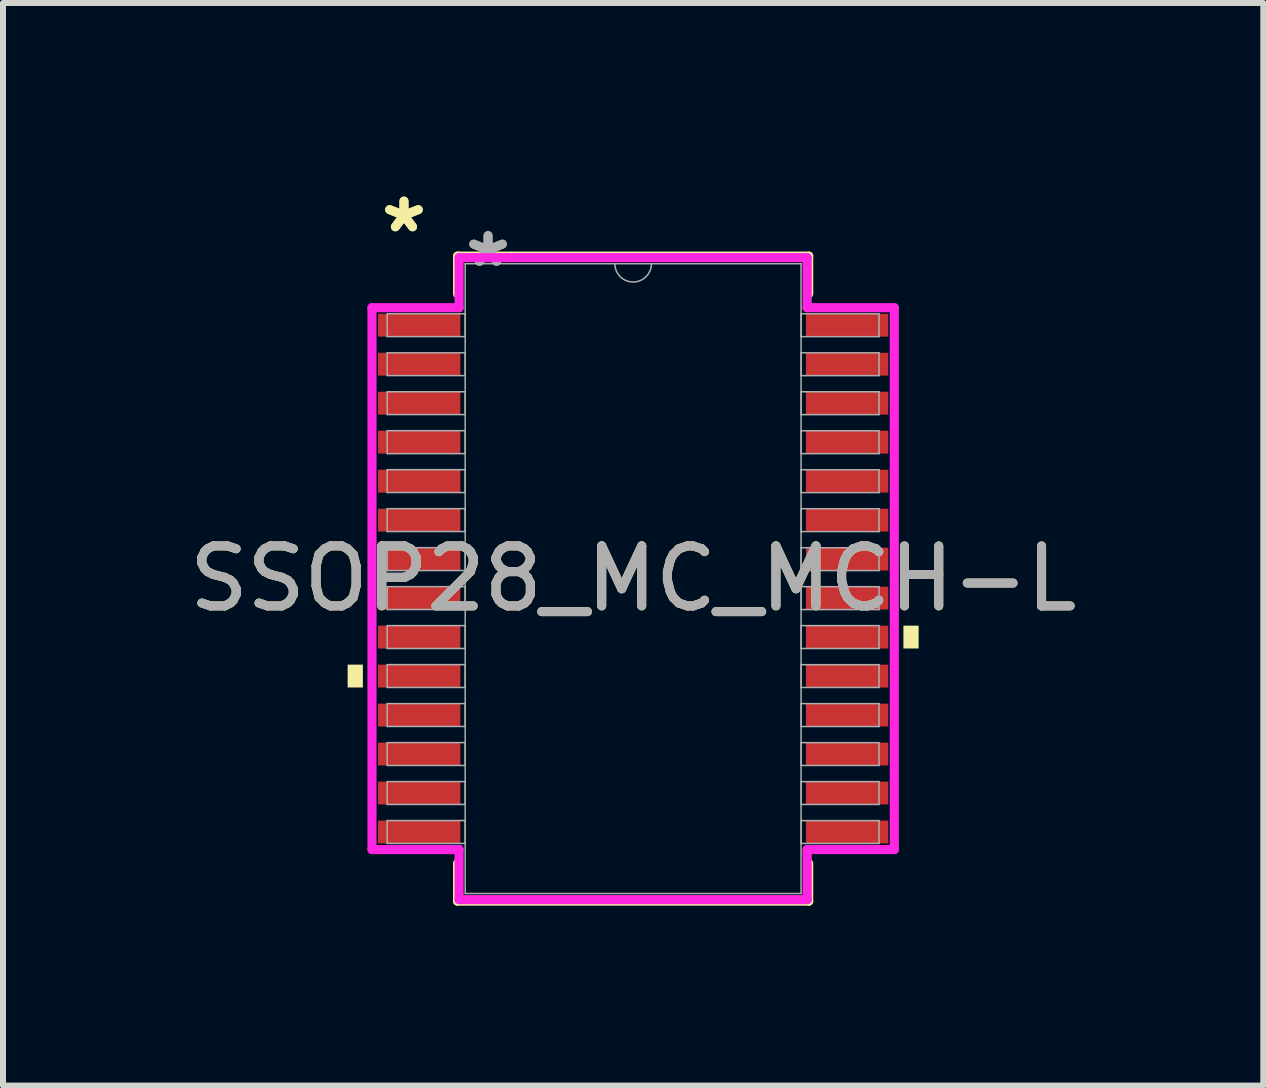
<source format=kicad_pcb>
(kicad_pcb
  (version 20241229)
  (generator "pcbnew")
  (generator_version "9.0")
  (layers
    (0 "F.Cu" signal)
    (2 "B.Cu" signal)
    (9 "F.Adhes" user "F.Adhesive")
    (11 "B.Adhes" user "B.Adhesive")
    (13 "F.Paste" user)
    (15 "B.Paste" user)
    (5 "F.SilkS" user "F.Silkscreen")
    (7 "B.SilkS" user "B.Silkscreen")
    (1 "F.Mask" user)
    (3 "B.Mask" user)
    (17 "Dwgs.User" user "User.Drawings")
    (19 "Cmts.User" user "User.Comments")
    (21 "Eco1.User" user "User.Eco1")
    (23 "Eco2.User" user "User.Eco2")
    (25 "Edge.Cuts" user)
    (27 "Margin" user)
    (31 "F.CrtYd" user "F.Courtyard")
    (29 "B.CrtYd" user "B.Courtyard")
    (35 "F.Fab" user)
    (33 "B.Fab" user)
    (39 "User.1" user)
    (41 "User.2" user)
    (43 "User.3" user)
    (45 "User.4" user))
  (footprint "SSOP28_MC_MCH-L"
    (layer "F.Cu")
    (at 7.506 6.597)
    (property "Reference" "SSOP28_MC_MCH-L" (at 0 0 0) (unlocked yes) (layer "F.SilkS") (effects (font (size 1 1) (thickness 0.15))))
    (attr smd)
    (fp_line (start -2.927 -5.377) (end -2.927 -4.748) (stroke (width 0.152) (type solid)) (layer "F.SilkS"))
    (fp_line (start -2.927 4.748) (end -2.927 5.377) (stroke (width 0.152) (type solid)) (layer "F.SilkS"))
    (fp_line (start -2.927 5.377) (end 2.927 5.377) (stroke (width 0.152) (type solid)) (layer "F.SilkS"))
    (fp_line (start 2.927 -5.377) (end -2.927 -5.377) (stroke (width 0.152) (type solid)) (layer "F.SilkS"))
    (fp_line (start 2.927 -4.748) (end 2.927 -5.377) (stroke (width 0.152) (type solid)) (layer "F.SilkS"))
    (fp_line (start 2.927 5.377) (end 2.927 4.748) (stroke (width 0.152) (type solid)) (layer "F.SilkS"))
    (fp_poly (pts (xy -4.76 1.434) (xy -4.76 1.815) (xy -4.506 1.815) (xy -4.506 1.434)) (stroke (width 0) (type solid)) (fill yes) (layer "F.SilkS"))
    (fp_poly (pts (xy 4.76 0.784) (xy 4.76 1.165) (xy 4.506 1.165) (xy 4.506 0.784)) (stroke (width 0) (type solid)) (fill yes) (layer "F.SilkS"))
    (fp_line (start -4.354 -4.517) (end -2.902 -4.517) (stroke (width 0.152) (type solid)) (layer "F.CrtYd"))
    (fp_line (start -4.354 4.517) (end -4.354 -4.517) (stroke (width 0.152) (type solid)) (layer "F.CrtYd"))
    (fp_line (start -4.354 4.517) (end -2.902 4.517) (stroke (width 0.152) (type solid)) (layer "F.CrtYd"))
    (fp_line (start -2.902 -5.352) (end 2.902 -5.352) (stroke (width 0.152) (type solid)) (layer "F.CrtYd"))
    (fp_line (start -2.902 -4.517) (end -2.902 -5.352) (stroke (width 0.152) (type solid)) (layer "F.CrtYd"))
    (fp_line (start -2.902 5.352) (end -2.902 4.517) (stroke (width 0.152) (type solid)) (layer "F.CrtYd"))
    (fp_line (start 2.902 -5.352) (end 2.902 -4.517) (stroke (width 0.152) (type solid)) (layer "F.CrtYd"))
    (fp_line (start 2.902 4.517) (end 2.902 5.352) (stroke (width 0.152) (type solid)) (layer "F.CrtYd"))
    (fp_line (start 2.902 5.352) (end -2.902 5.352) (stroke (width 0.152) (type solid)) (layer "F.CrtYd"))
    (fp_line (start 4.354 -4.517) (end 2.902 -4.517) (stroke (width 0.152) (type solid)) (layer "F.CrtYd"))
    (fp_line (start 4.354 -4.517) (end 4.354 4.517) (stroke (width 0.152) (type solid)) (layer "F.CrtYd"))
    (fp_line (start 4.354 4.517) (end 2.902 4.517) (stroke (width 0.152) (type solid)) (layer "F.CrtYd"))
    (fp_line (start -4.1 -4.415) (end -4.1 -4.035) (stroke (width 0.025) (type solid)) (layer "F.Fab"))
    (fp_line (start -4.1 -4.035) (end -2.8 -4.035) (stroke (width 0.025) (type solid)) (layer "F.Fab"))
    (fp_line (start -4.1 -3.765) (end -4.1 -3.385) (stroke (width 0.025) (type solid)) (layer "F.Fab"))
    (fp_line (start -4.1 -3.385) (end -2.8 -3.385) (stroke (width 0.025) (type solid)) (layer "F.Fab"))
    (fp_line (start -4.1 -3.115) (end -4.1 -2.735) (stroke (width 0.025) (type solid)) (layer "F.Fab"))
    (fp_line (start -4.1 -2.735) (end -2.8 -2.735) (stroke (width 0.025) (type solid)) (layer "F.Fab"))
    (fp_line (start -4.1 -2.466) (end -4.1 -2.084) (stroke (width 0.025) (type solid)) (layer "F.Fab"))
    (fp_line (start -4.1 -2.084) (end -2.8 -2.084) (stroke (width 0.025) (type solid)) (layer "F.Fab"))
    (fp_line (start -4.1 -1.816) (end -4.1 -1.435) (stroke (width 0.025) (type solid)) (layer "F.Fab"))
    (fp_line (start -4.1 -1.435) (end -2.8 -1.435) (stroke (width 0.025) (type solid)) (layer "F.Fab"))
    (fp_line (start -4.1 -1.166) (end -4.1 -0.785) (stroke (width 0.025) (type solid)) (layer "F.Fab"))
    (fp_line (start -4.1 -0.785) (end -2.8 -0.785) (stroke (width 0.025) (type solid)) (layer "F.Fab"))
    (fp_line (start -4.1 -0.516) (end -4.1 -0.135) (stroke (width 0.025) (type solid)) (layer "F.Fab"))
    (fp_line (start -4.1 -0.135) (end -2.8 -0.135) (stroke (width 0.025) (type solid)) (layer "F.Fab"))
    (fp_line (start -4.1 0.134) (end -4.1 0.515) (stroke (width 0.025) (type solid)) (layer "F.Fab"))
    (fp_line (start -4.1 0.515) (end -2.8 0.515) (stroke (width 0.025) (type solid)) (layer "F.Fab"))
    (fp_line (start -4.1 0.784) (end -4.1 1.165) (stroke (width 0.025) (type solid)) (layer "F.Fab"))
    (fp_line (start -4.1 1.165) (end -2.8 1.165) (stroke (width 0.025) (type solid)) (layer "F.Fab"))
    (fp_line (start -4.1 1.434) (end -4.1 1.815) (stroke (width 0.025) (type solid)) (layer "F.Fab"))
    (fp_line (start -4.1 1.815) (end -2.8 1.815) (stroke (width 0.025) (type solid)) (layer "F.Fab"))
    (fp_line (start -4.1 2.084) (end -4.1 2.465) (stroke (width 0.025) (type solid)) (layer "F.Fab"))
    (fp_line (start -4.1 2.465) (end -2.8 2.465) (stroke (width 0.025) (type solid)) (layer "F.Fab"))
    (fp_line (start -4.1 2.734) (end -4.1 3.115) (stroke (width 0.025) (type solid)) (layer "F.Fab"))
    (fp_line (start -4.1 3.115) (end -2.8 3.115) (stroke (width 0.025) (type solid)) (layer "F.Fab"))
    (fp_line (start -4.1 3.384) (end -4.1 3.765) (stroke (width 0.025) (type solid)) (layer "F.Fab"))
    (fp_line (start -4.1 3.765) (end -2.8 3.765) (stroke (width 0.025) (type solid)) (layer "F.Fab"))
    (fp_line (start -4.1 4.034) (end -4.1 4.415) (stroke (width 0.025) (type solid)) (layer "F.Fab"))
    (fp_line (start -4.1 4.415) (end -2.8 4.415) (stroke (width 0.025) (type solid)) (layer "F.Fab"))
    (fp_line (start -2.8 -5.25) (end -2.8 5.25) (stroke (width 0.025) (type solid)) (layer "F.Fab"))
    (fp_line (start -2.8 -4.415) (end -4.1 -4.415) (stroke (width 0.025) (type solid)) (layer "F.Fab"))
    (fp_line (start -2.8 -4.035) (end -2.8 -4.415) (stroke (width 0.025) (type solid)) (layer "F.Fab"))
    (fp_line (start -2.8 -3.765) (end -4.1 -3.765) (stroke (width 0.025) (type solid)) (layer "F.Fab"))
    (fp_line (start -2.8 -3.385) (end -2.8 -3.765) (stroke (width 0.025) (type solid)) (layer "F.Fab"))
    (fp_line (start -2.8 -3.115) (end -4.1 -3.115) (stroke (width 0.025) (type solid)) (layer "F.Fab"))
    (fp_line (start -2.8 -2.735) (end -2.8 -3.115) (stroke (width 0.025) (type solid)) (layer "F.Fab"))
    (fp_line (start -2.8 -2.466) (end -4.1 -2.466) (stroke (width 0.025) (type solid)) (layer "F.Fab"))
    (fp_line (start -2.8 -2.084) (end -2.8 -2.466) (stroke (width 0.025) (type solid)) (layer "F.Fab"))
    (fp_line (start -2.8 -1.816) (end -4.1 -1.816) (stroke (width 0.025) (type solid)) (layer "F.Fab"))
    (fp_line (start -2.8 -1.435) (end -2.8 -1.816) (stroke (width 0.025) (type solid)) (layer "F.Fab"))
    (fp_line (start -2.8 -1.166) (end -4.1 -1.166) (stroke (width 0.025) (type solid)) (layer "F.Fab"))
    (fp_line (start -2.8 -0.785) (end -2.8 -1.166) (stroke (width 0.025) (type solid)) (layer "F.Fab"))
    (fp_line (start -2.8 -0.516) (end -4.1 -0.516) (stroke (width 0.025) (type solid)) (layer "F.Fab"))
    (fp_line (start -2.8 -0.135) (end -2.8 -0.516) (stroke (width 0.025) (type solid)) (layer "F.Fab"))
    (fp_line (start -2.8 0.134) (end -4.1 0.134) (stroke (width 0.025) (type solid)) (layer "F.Fab"))
    (fp_line (start -2.8 0.515) (end -2.8 0.134) (stroke (width 0.025) (type solid)) (layer "F.Fab"))
    (fp_line (start -2.8 0.784) (end -4.1 0.784) (stroke (width 0.025) (type solid)) (layer "F.Fab"))
    (fp_line (start -2.8 1.165) (end -2.8 0.784) (stroke (width 0.025) (type solid)) (layer "F.Fab"))
    (fp_line (start -2.8 1.434) (end -4.1 1.434) (stroke (width 0.025) (type solid)) (layer "F.Fab"))
    (fp_line (start -2.8 1.815) (end -2.8 1.434) (stroke (width 0.025) (type solid)) (layer "F.Fab"))
    (fp_line (start -2.8 2.084) (end -4.1 2.084) (stroke (width 0.025) (type solid)) (layer "F.Fab"))
    (fp_line (start -2.8 2.465) (end -2.8 2.084) (stroke (width 0.025) (type solid)) (layer "F.Fab"))
    (fp_line (start -2.8 2.734) (end -4.1 2.734) (stroke (width 0.025) (type solid)) (layer "F.Fab"))
    (fp_line (start -2.8 3.115) (end -2.8 2.734) (stroke (width 0.025) (type solid)) (layer "F.Fab"))
    (fp_line (start -2.8 3.384) (end -4.1 3.384) (stroke (width 0.025) (type solid)) (layer "F.Fab"))
    (fp_line (start -2.8 3.765) (end -2.8 3.384) (stroke (width 0.025) (type solid)) (layer "F.Fab"))
    (fp_line (start -2.8 4.034) (end -4.1 4.034) (stroke (width 0.025) (type solid)) (layer "F.Fab"))
    (fp_line (start -2.8 4.415) (end -2.8 4.034) (stroke (width 0.025) (type solid)) (layer "F.Fab"))
    (fp_line (start -2.8 5.25) (end 2.8 5.25) (stroke (width 0.025) (type solid)) (layer "F.Fab"))
    (fp_line (start 2.8 -5.25) (end -2.8 -5.25) (stroke (width 0.025) (type solid)) (layer "F.Fab"))
    (fp_line (start 2.8 -4.415) (end 2.8 -4.034) (stroke (width 0.025) (type solid)) (layer "F.Fab"))
    (fp_line (start 2.8 -4.034) (end 4.1 -4.034) (stroke (width 0.025) (type solid)) (layer "F.Fab"))
    (fp_line (start 2.8 -3.765) (end 2.8 -3.384) (stroke (width 0.025) (type solid)) (layer "F.Fab"))
    (fp_line (start 2.8 -3.384) (end 4.1 -3.384) (stroke (width 0.025) (type solid)) (layer "F.Fab"))
    (fp_line (start 2.8 -3.115) (end 2.8 -2.734) (stroke (width 0.025) (type solid)) (layer "F.Fab"))
    (fp_line (start 2.8 -2.734) (end 4.1 -2.734) (stroke (width 0.025) (type solid)) (layer "F.Fab"))
    (fp_line (start 2.8 -2.465) (end 2.8 -2.084) (stroke (width 0.025) (type solid)) (layer "F.Fab"))
    (fp_line (start 2.8 -2.084) (end 4.1 -2.084) (stroke (width 0.025) (type solid)) (layer "F.Fab"))
    (fp_line (start 2.8 -1.815) (end 2.8 -1.434) (stroke (width 0.025) (type solid)) (layer "F.Fab"))
    (fp_line (start 2.8 -1.434) (end 4.1 -1.434) (stroke (width 0.025) (type solid)) (layer "F.Fab"))
    (fp_line (start 2.8 -1.165) (end 2.8 -0.784) (stroke (width 0.025) (type solid)) (layer "F.Fab"))
    (fp_line (start 2.8 -0.784) (end 4.1 -0.784) (stroke (width 0.025) (type solid)) (layer "F.Fab"))
    (fp_line (start 2.8 -0.515) (end 2.8 -0.134) (stroke (width 0.025) (type solid)) (layer "F.Fab"))
    (fp_line (start 2.8 -0.134) (end 4.1 -0.134) (stroke (width 0.025) (type solid)) (layer "F.Fab"))
    (fp_line (start 2.8 0.135) (end 2.8 0.516) (stroke (width 0.025) (type solid)) (layer "F.Fab"))
    (fp_line (start 2.8 0.516) (end 4.1 0.516) (stroke (width 0.025) (type solid)) (layer "F.Fab"))
    (fp_line (start 2.8 0.784) (end 2.8 1.165) (stroke (width 0.025) (type solid)) (layer "F.Fab"))
    (fp_line (start 2.8 1.165) (end 4.1 1.165) (stroke (width 0.025) (type solid)) (layer "F.Fab"))
    (fp_line (start 2.8 1.435) (end 2.8 1.815) (stroke (width 0.025) (type solid)) (layer "F.Fab"))
    (fp_line (start 2.8 1.815) (end 4.1 1.815) (stroke (width 0.025) (type solid)) (layer "F.Fab"))
    (fp_line (start 2.8 2.084) (end 2.8 2.466) (stroke (width 0.025) (type solid)) (layer "F.Fab"))
    (fp_line (start 2.8 2.466) (end 4.1 2.466) (stroke (width 0.025) (type solid)) (layer "F.Fab"))
    (fp_line (start 2.8 2.735) (end 2.8 3.115) (stroke (width 0.025) (type solid)) (layer "F.Fab"))
    (fp_line (start 2.8 3.115) (end 4.1 3.115) (stroke (width 0.025) (type solid)) (layer "F.Fab"))
    (fp_line (start 2.8 3.385) (end 2.8 3.765) (stroke (width 0.025) (type solid)) (layer "F.Fab"))
    (fp_line (start 2.8 3.765) (end 4.1 3.765) (stroke (width 0.025) (type solid)) (layer "F.Fab"))
    (fp_line (start 2.8 4.035) (end 2.8 4.415) (stroke (width 0.025) (type solid)) (layer "F.Fab"))
    (fp_line (start 2.8 4.415) (end 4.1 4.415) (stroke (width 0.025) (type solid)) (layer "F.Fab"))
    (fp_line (start 2.8 5.25) (end 2.8 -5.25) (stroke (width 0.025) (type solid)) (layer "F.Fab"))
    (fp_line (start 4.1 -4.415) (end 2.8 -4.415) (stroke (width 0.025) (type solid)) (layer "F.Fab"))
    (fp_line (start 4.1 -4.034) (end 4.1 -4.415) (stroke (width 0.025) (type solid)) (layer "F.Fab"))
    (fp_line (start 4.1 -3.765) (end 2.8 -3.765) (stroke (width 0.025) (type solid)) (layer "F.Fab"))
    (fp_line (start 4.1 -3.384) (end 4.1 -3.765) (stroke (width 0.025) (type solid)) (layer "F.Fab"))
    (fp_line (start 4.1 -3.115) (end 2.8 -3.115) (stroke (width 0.025) (type solid)) (layer "F.Fab"))
    (fp_line (start 4.1 -2.734) (end 4.1 -3.115) (stroke (width 0.025) (type solid)) (layer "F.Fab"))
    (fp_line (start 4.1 -2.465) (end 2.8 -2.465) (stroke (width 0.025) (type solid)) (layer "F.Fab"))
    (fp_line (start 4.1 -2.084) (end 4.1 -2.465) (stroke (width 0.025) (type solid)) (layer "F.Fab"))
    (fp_line (start 4.1 -1.815) (end 2.8 -1.815) (stroke (width 0.025) (type solid)) (layer "F.Fab"))
    (fp_line (start 4.1 -1.434) (end 4.1 -1.815) (stroke (width 0.025) (type solid)) (layer "F.Fab"))
    (fp_line (start 4.1 -1.165) (end 2.8 -1.165) (stroke (width 0.025) (type solid)) (layer "F.Fab"))
    (fp_line (start 4.1 -0.784) (end 4.1 -1.165) (stroke (width 0.025) (type solid)) (layer "F.Fab"))
    (fp_line (start 4.1 -0.515) (end 2.8 -0.515) (stroke (width 0.025) (type solid)) (layer "F.Fab"))
    (fp_line (start 4.1 -0.134) (end 4.1 -0.515) (stroke (width 0.025) (type solid)) (layer "F.Fab"))
    (fp_line (start 4.1 0.135) (end 2.8 0.135) (stroke (width 0.025) (type solid)) (layer "F.Fab"))
    (fp_line (start 4.1 0.516) (end 4.1 0.135) (stroke (width 0.025) (type solid)) (layer "F.Fab"))
    (fp_line (start 4.1 0.784) (end 2.8 0.784) (stroke (width 0.025) (type solid)) (layer "F.Fab"))
    (fp_line (start 4.1 1.165) (end 4.1 0.784) (stroke (width 0.025) (type solid)) (layer "F.Fab"))
    (fp_line (start 4.1 1.435) (end 2.8 1.435) (stroke (width 0.025) (type solid)) (layer "F.Fab"))
    (fp_line (start 4.1 1.815) (end 4.1 1.435) (stroke (width 0.025) (type solid)) (layer "F.Fab"))
    (fp_line (start 4.1 2.084) (end 2.8 2.084) (stroke (width 0.025) (type solid)) (layer "F.Fab"))
    (fp_line (start 4.1 2.466) (end 4.1 2.084) (stroke (width 0.025) (type solid)) (layer "F.Fab"))
    (fp_line (start 4.1 2.735) (end 2.8 2.735) (stroke (width 0.025) (type solid)) (layer "F.Fab"))
    (fp_line (start 4.1 3.115) (end 4.1 2.735) (stroke (width 0.025) (type solid)) (layer "F.Fab"))
    (fp_line (start 4.1 3.385) (end 2.8 3.385) (stroke (width 0.025) (type solid)) (layer "F.Fab"))
    (fp_line (start 4.1 3.765) (end 4.1 3.385) (stroke (width 0.025) (type solid)) (layer "F.Fab"))
    (fp_line (start 4.1 4.035) (end 2.8 4.035) (stroke (width 0.025) (type solid)) (layer "F.Fab"))
    (fp_line (start 4.1 4.415) (end 4.1 4.035) (stroke (width 0.025) (type solid)) (layer "F.Fab"))
    (fp_arc (start 0.3048 -5.25) (mid 0 -4.9452) (end -0.3048 -5.25) (stroke (width 0.0254) (type solid)) (layer "F.Fab"))
    (fp_text user "*" (at -3.821 -5.749 0) (layer "F.SilkS") (effects (font (size 1 1) (thickness 0.15))))
    (fp_text user "*" (at -3.821 -5.749 0) (unlocked yes) (layer "F.SilkS") (effects (font (size 1 1) (thickness 0.15))))
    (fp_text user "${REFERENCE}" (at 0 0 0) (unlocked yes) (layer "F.Fab") (effects (font (size 1 1) (thickness 0.15))))
    (fp_text user "*" (at -2.419 -5.174 0) (layer "F.Fab") (effects (font (size 1 1) (thickness 0.15))))
    (fp_text user "*" (at -2.419 -5.174 0) (unlocked yes) (layer "F.Fab") (effects (font (size 1 1) (thickness 0.15))))
    (pad "1" smd rect (at -3.567 -4.225) (size 1.372 0.381) (layers "F.Cu" "F.Mask" "F.Paste"))
    (pad "2" smd rect (at -3.567 -3.575) (size 1.372 0.381) (layers "F.Cu" "F.Mask" "F.Paste"))
    (pad "3" smd rect (at -3.567 -2.925) (size 1.372 0.381) (layers "F.Cu" "F.Mask" "F.Paste"))
    (pad "4" smd rect (at -3.567 -2.275) (size 1.372 0.381) (layers "F.Cu" "F.Mask" "F.Paste"))
    (pad "5" smd rect (at -3.567 -1.625) (size 1.372 0.381) (layers "F.Cu" "F.Mask" "F.Paste"))
    (pad "6" smd rect (at -3.567 -0.975) (size 1.372 0.381) (layers "F.Cu" "F.Mask" "F.Paste"))
    (pad "7" smd rect (at -3.567 -0.325) (size 1.372 0.381) (layers "F.Cu" "F.Mask" "F.Paste"))
    (pad "8" smd rect (at -3.567 0.325) (size 1.372 0.381) (layers "F.Cu" "F.Mask" "F.Paste"))
    (pad "9" smd rect (at -3.567 0.975) (size 1.372 0.381) (layers "F.Cu" "F.Mask" "F.Paste"))
    (pad "10" smd rect (at -3.567 1.625) (size 1.372 0.381) (layers "F.Cu" "F.Mask" "F.Paste"))
    (pad "11" smd rect (at -3.567 2.275) (size 1.372 0.381) (layers "F.Cu" "F.Mask" "F.Paste"))
    (pad "12" smd rect (at -3.567 2.925) (size 1.372 0.381) (layers "F.Cu" "F.Mask" "F.Paste"))
    (pad "13" smd rect (at -3.567 3.575) (size 1.372 0.381) (layers "F.Cu" "F.Mask" "F.Paste"))
    (pad "14" smd rect (at -3.567 4.225) (size 1.372 0.381) (layers "F.Cu" "F.Mask" "F.Paste"))
    (pad "15" smd rect (at 3.567 4.225) (size 1.372 0.381) (layers "F.Cu" "F.Mask" "F.Paste"))
    (pad "16" smd rect (at 3.567 3.575) (size 1.372 0.381) (layers "F.Cu" "F.Mask" "F.Paste"))
    (pad "17" smd rect (at 3.567 2.925) (size 1.372 0.381) (layers "F.Cu" "F.Mask" "F.Paste"))
    (pad "18" smd rect (at 3.567 2.275) (size 1.372 0.381) (layers "F.Cu" "F.Mask" "F.Paste"))
    (pad "19" smd rect (at 3.567 1.625) (size 1.372 0.381) (layers "F.Cu" "F.Mask" "F.Paste"))
    (pad "20" smd rect (at 3.567 0.975) (size 1.372 0.381) (layers "F.Cu" "F.Mask" "F.Paste"))
    (pad "21" smd rect (at 3.567 0.325) (size 1.372 0.381) (layers "F.Cu" "F.Mask" "F.Paste"))
    (pad "22" smd rect (at 3.567 -0.325) (size 1.372 0.381) (layers "F.Cu" "F.Mask" "F.Paste"))
    (pad "23" smd rect (at 3.567 -0.975) (size 1.372 0.381) (layers "F.Cu" "F.Mask" "F.Paste"))
    (pad "24" smd rect (at 3.567 -1.625) (size 1.372 0.381) (layers "F.Cu" "F.Mask" "F.Paste"))
    (pad "25" smd rect (at 3.567 -2.275) (size 1.372 0.381) (layers "F.Cu" "F.Mask" "F.Paste"))
    (pad "26" smd rect (at 3.567 -2.925) (size 1.372 0.381) (layers "F.Cu" "F.Mask" "F.Paste"))
    (pad "27" smd rect (at 3.567 -3.575) (size 1.372 0.381) (layers "F.Cu" "F.Mask" "F.Paste"))
    (pad "28" smd rect (at 3.567 -4.225) (size 1.372 0.381) (layers "F.Cu" "F.Mask" "F.Paste")))
  (gr_rect
    (start -3 -3)
    (end 18.012 15.05)
    (stroke (width 0.1) (type default))
    (fill no)
    (layer "Edge.Cuts")))
</source>
